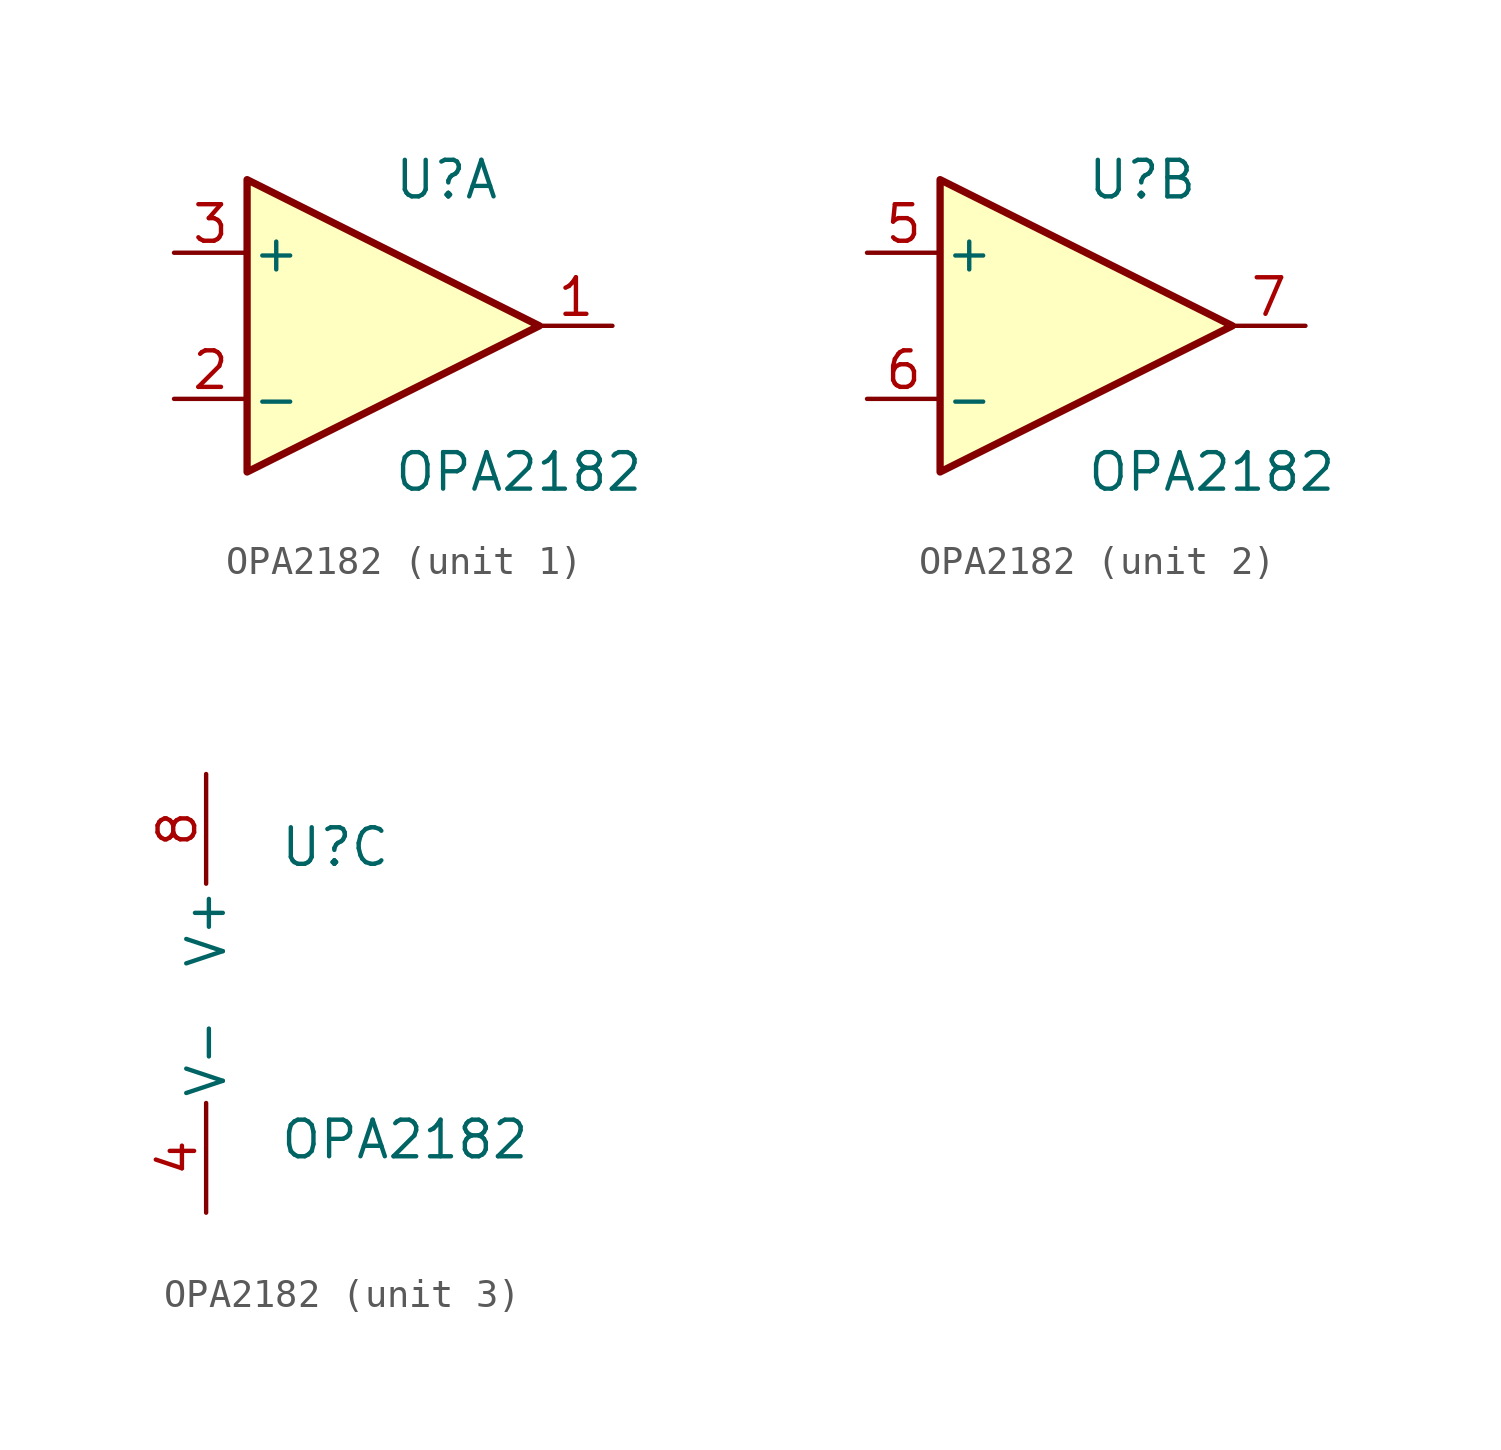
<source format=kicad_sym>
(kicad_symbol_lib
  (version 20220914)
  (generator kicad_symbol_editor)
  (symbol "OPA2182"
    (pin_names
      (offset 0.127))
    (property "Reference" "U"
      (at 0 5.08 0)
      (effects (font (size 1.27 1.27)) (justify left)))
    (property "Value" "OPA2182"
      (at 0 -5.08 0)
      (effects (font (size 1.27 1.27)) (justify left)))
    (property "ki_locked" ""
      (at 0 0 0)
      (effects (font (size 1.27 1.27))))
    (symbol "OPA2182_1_1"
      (polyline (pts (xy -5.08 5.08) (xy 5.08 0) (xy -5.08 -5.08) (xy -5.08 5.08)) (stroke (width 0.254) (type default)) (fill (type background)))
      (pin output line (at 7.62 0 180) (length 2.54) (name "~" (effects (font (size 1.27 1.27)))) (number "1" (effects (font (size 1.27 1.27)))))
      (pin input line (at -7.62 -2.54 0) (length 2.54) (name "-" (effects (font (size 1.27 1.27)))) (number "2" (effects (font (size 1.27 1.27)))))
      (pin input line (at -7.62 2.54 0) (length 2.54) (name "+" (effects (font (size 1.27 1.27)))) (number "3" (effects (font (size 1.27 1.27))))))
    (symbol "OPA2182_2_1"
      (polyline (pts (xy -5.08 5.08) (xy 5.08 0) (xy -5.08 -5.08) (xy -5.08 5.08)) (stroke (width 0.254) (type default)) (fill (type background)))
      (pin input line (at -7.62 2.54 0) (length 2.54) (name "+" (effects (font (size 1.27 1.27)))) (number "5" (effects (font (size 1.27 1.27)))))
      (pin input line (at -7.62 -2.54 0) (length 2.54) (name "-" (effects (font (size 1.27 1.27)))) (number "6" (effects (font (size 1.27 1.27)))))
      (pin output line (at 7.62 0 180) (length 2.54) (name "~" (effects (font (size 1.27 1.27)))) (number "7" (effects (font (size 1.27 1.27))))))
    (symbol "OPA2182_3_1"
      (pin power_in line (at -2.54 -7.62 90) (length 3.81) (name "V-" (effects (font (size 1.27 1.27)))) (number "4" (effects (font (size 1.27 1.27)))))
      (pin power_in line (at -2.54 7.62 270) (length 3.81) (name "V+" (effects (font (size 1.27 1.27)))) (number "8" (effects (font (size 1.27 1.27))))))))
</source>
